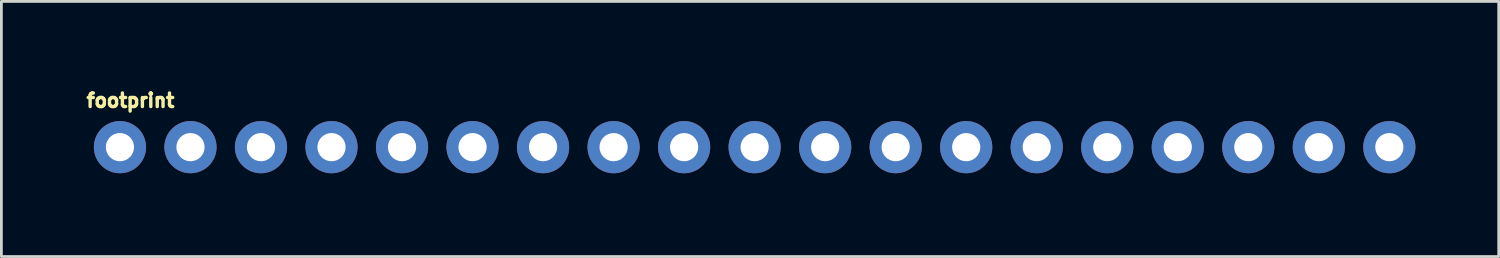
<source format=kicad_pcb>
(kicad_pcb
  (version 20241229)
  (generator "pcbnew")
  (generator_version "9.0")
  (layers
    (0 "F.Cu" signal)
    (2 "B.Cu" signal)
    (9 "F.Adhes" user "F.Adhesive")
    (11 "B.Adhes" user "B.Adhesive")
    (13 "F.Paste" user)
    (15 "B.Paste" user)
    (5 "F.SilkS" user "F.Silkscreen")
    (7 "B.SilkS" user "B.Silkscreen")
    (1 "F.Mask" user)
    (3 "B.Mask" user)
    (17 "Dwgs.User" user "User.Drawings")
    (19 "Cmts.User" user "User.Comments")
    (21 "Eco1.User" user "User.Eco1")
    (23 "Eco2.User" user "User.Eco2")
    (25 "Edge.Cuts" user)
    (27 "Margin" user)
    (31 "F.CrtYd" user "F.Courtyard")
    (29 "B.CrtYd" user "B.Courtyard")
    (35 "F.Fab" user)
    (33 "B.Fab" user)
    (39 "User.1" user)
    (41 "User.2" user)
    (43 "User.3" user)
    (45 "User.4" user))
  (footprint "footprint"
    (layer "F.Cu")
    (at 1.27 2.25)
    (property "Reference" "footprint" (at -1.27 -1.397 0) (layer "F.SilkS") (effects (font (size 0.488 0.488) (thickness 0.122)) (justify left bottom)))
    (fp_poly (pts (xy -0.254 0.254) (xy 0.254 0.254) (xy 0.254 -0.254) (xy -0.254 -0.254)) (stroke (width 0.1) (type solid)) (fill no) (layer "F.Fab"))
    (fp_poly (pts (xy 2.286 0.254) (xy 2.794 0.254) (xy 2.794 -0.254) (xy 2.286 -0.254)) (stroke (width 0.1) (type solid)) (fill no) (layer "F.Fab"))
    (fp_poly (pts (xy 4.826 0.254) (xy 5.334 0.254) (xy 5.334 -0.254) (xy 4.826 -0.254)) (stroke (width 0.1) (type solid)) (fill no) (layer "F.Fab"))
    (fp_poly (pts (xy 7.366 0.254) (xy 7.874 0.254) (xy 7.874 -0.254) (xy 7.366 -0.254)) (stroke (width 0.1) (type solid)) (fill no) (layer "F.Fab"))
    (fp_poly (pts (xy 9.906 0.254) (xy 10.414 0.254) (xy 10.414 -0.254) (xy 9.906 -0.254)) (stroke (width 0.1) (type solid)) (fill no) (layer "F.Fab"))
    (fp_poly (pts (xy 12.446 0.254) (xy 12.954 0.254) (xy 12.954 -0.254) (xy 12.446 -0.254)) (stroke (width 0.1) (type solid)) (fill no) (layer "F.Fab"))
    (fp_poly (pts (xy 14.986 0.254) (xy 15.494 0.254) (xy 15.494 -0.254) (xy 14.986 -0.254)) (stroke (width 0.1) (type solid)) (fill no) (layer "F.Fab"))
    (fp_poly (pts (xy 17.526 0.254) (xy 18.034 0.254) (xy 18.034 -0.254) (xy 17.526 -0.254)) (stroke (width 0.1) (type solid)) (fill no) (layer "F.Fab"))
    (fp_poly (pts (xy 20.066 0.254) (xy 20.574 0.254) (xy 20.574 -0.254) (xy 20.066 -0.254)) (stroke (width 0.1) (type solid)) (fill no) (layer "F.Fab"))
    (fp_poly (pts (xy 22.606 0.254) (xy 23.114 0.254) (xy 23.114 -0.254) (xy 22.606 -0.254)) (stroke (width 0.1) (type solid)) (fill no) (layer "F.Fab"))
    (fp_poly (pts (xy 25.146 0.254) (xy 25.654 0.254) (xy 25.654 -0.254) (xy 25.146 -0.254)) (stroke (width 0.1) (type solid)) (fill no) (layer "F.Fab"))
    (fp_poly (pts (xy 27.686 0.254) (xy 28.194 0.254) (xy 28.194 -0.254) (xy 27.686 -0.254)) (stroke (width 0.1) (type solid)) (fill no) (layer "F.Fab"))
    (fp_poly (pts (xy 30.226 0.254) (xy 30.734 0.254) (xy 30.734 -0.254) (xy 30.226 -0.254)) (stroke (width 0.1) (type solid)) (fill no) (layer "F.Fab"))
    (fp_poly (pts (xy 32.766 0.254) (xy 33.274 0.254) (xy 33.274 -0.254) (xy 32.766 -0.254)) (stroke (width 0.1) (type solid)) (fill no) (layer "F.Fab"))
    (fp_poly (pts (xy 35.306 0.254) (xy 35.814 0.254) (xy 35.814 -0.254) (xy 35.306 -0.254)) (stroke (width 0.1) (type solid)) (fill no) (layer "F.Fab"))
    (fp_poly (pts (xy 37.846 0.254) (xy 38.354 0.254) (xy 38.354 -0.254) (xy 37.846 -0.254)) (stroke (width 0.1) (type solid)) (fill no) (layer "F.Fab"))
    (fp_poly (pts (xy 40.386 0.254) (xy 40.894 0.254) (xy 40.894 -0.254) (xy 40.386 -0.254)) (stroke (width 0.1) (type solid)) (fill no) (layer "F.Fab"))
    (fp_poly (pts (xy 42.926 0.254) (xy 43.434 0.254) (xy 43.434 -0.254) (xy 42.926 -0.254)) (stroke (width 0.1) (type solid)) (fill no) (layer "F.Fab"))
    (fp_poly (pts (xy 45.466 0.254) (xy 45.974 0.254) (xy 45.974 -0.254) (xy 45.466 -0.254)) (stroke (width 0.1) (type solid)) (fill no) (layer "F.Fab"))
    (pad "1" thru_hole circle (at 0 0 90) (size 1.88 1.88) (drill 1.016) (layers "*.Cu" "*.Mask"))
    (pad "2" thru_hole circle (at 2.54 0 90) (size 1.88 1.88) (drill 1.016) (layers "*.Cu" "*.Mask"))
    (pad "3" thru_hole circle (at 5.08 0 90) (size 1.88 1.88) (drill 1.016) (layers "*.Cu" "*.Mask"))
    (pad "4" thru_hole circle (at 7.62 0 90) (size 1.88 1.88) (drill 1.016) (layers "*.Cu" "*.Mask"))
    (pad "5" thru_hole circle (at 10.16 0 90) (size 1.88 1.88) (drill 1.016) (layers "*.Cu" "*.Mask"))
    (pad "6" thru_hole circle (at 12.7 0 90) (size 1.88 1.88) (drill 1.016) (layers "*.Cu" "*.Mask"))
    (pad "7" thru_hole circle (at 15.24 0 90) (size 1.88 1.88) (drill 1.016) (layers "*.Cu" "*.Mask"))
    (pad "8" thru_hole circle (at 17.78 0 90) (size 1.88 1.88) (drill 1.016) (layers "*.Cu" "*.Mask"))
    (pad "9" thru_hole circle (at 20.32 0 90) (size 1.88 1.88) (drill 1.016) (layers "*.Cu" "*.Mask"))
    (pad "10" thru_hole circle (at 22.86 0 90) (size 1.88 1.88) (drill 1.016) (layers "*.Cu" "*.Mask"))
    (pad "11" thru_hole circle (at 25.4 0 90) (size 1.88 1.88) (drill 1.016) (layers "*.Cu" "*.Mask"))
    (pad "12" thru_hole circle (at 27.94 0 90) (size 1.88 1.88) (drill 1.016) (layers "*.Cu" "*.Mask"))
    (pad "13" thru_hole circle (at 30.48 0 90) (size 1.88 1.88) (drill 1.016) (layers "*.Cu" "*.Mask"))
    (pad "14" thru_hole circle (at 33.02 0 90) (size 1.88 1.88) (drill 1.016) (layers "*.Cu" "*.Mask"))
    (pad "15" thru_hole circle (at 35.56 0 90) (size 1.88 1.88) (drill 1.016) (layers "*.Cu" "*.Mask"))
    (pad "16" thru_hole circle (at 38.1 0 90) (size 1.88 1.88) (drill 1.016) (layers "*.Cu" "*.Mask"))
    (pad "17" thru_hole circle (at 40.64 0 90) (size 1.88 1.88) (drill 1.016) (layers "*.Cu" "*.Mask"))
    (pad "18" thru_hole circle (at 43.18 0 90) (size 1.88 1.88) (drill 1.016) (layers "*.Cu" "*.Mask"))
    (pad "19" thru_hole circle (at 45.72 0 90) (size 1.88 1.88) (drill 1.016) (layers "*.Cu" "*.Mask")))
  (gr_rect
    (start -3 -3)
    (end 50.93 6.19)
    (stroke (width 0.1) (type default))
    (fill no)
    (layer "Edge.Cuts")))
</source>
